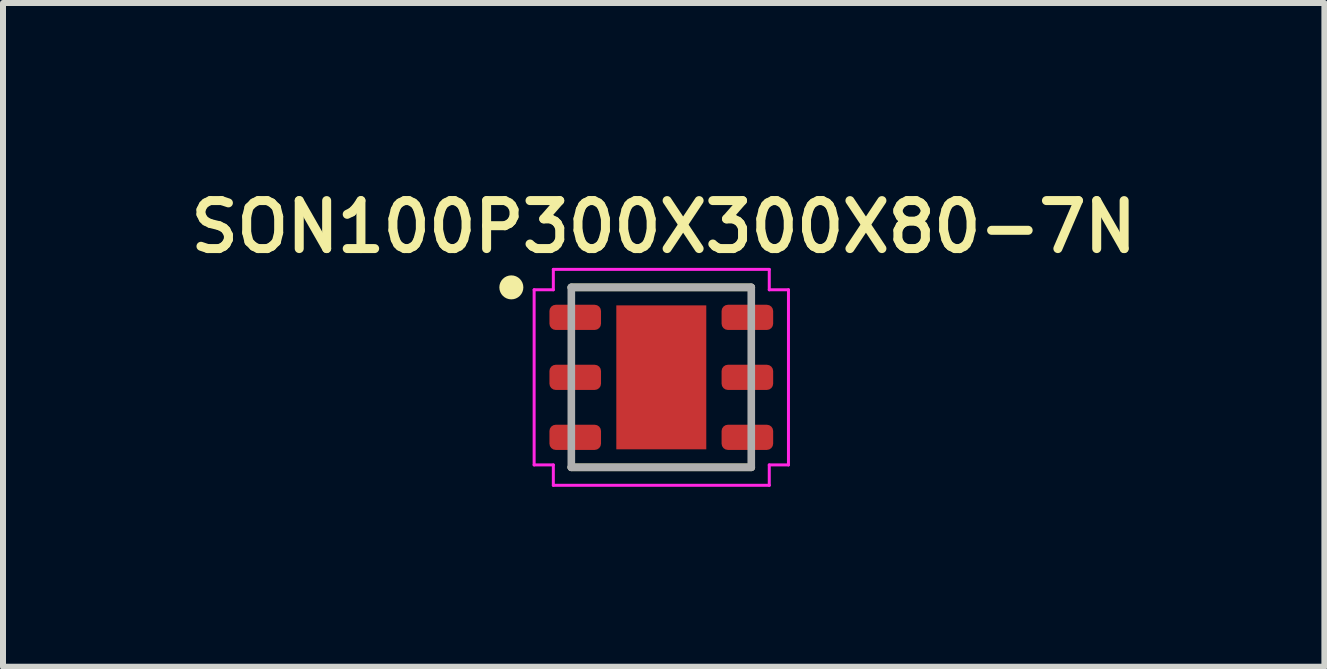
<source format=kicad_pcb>
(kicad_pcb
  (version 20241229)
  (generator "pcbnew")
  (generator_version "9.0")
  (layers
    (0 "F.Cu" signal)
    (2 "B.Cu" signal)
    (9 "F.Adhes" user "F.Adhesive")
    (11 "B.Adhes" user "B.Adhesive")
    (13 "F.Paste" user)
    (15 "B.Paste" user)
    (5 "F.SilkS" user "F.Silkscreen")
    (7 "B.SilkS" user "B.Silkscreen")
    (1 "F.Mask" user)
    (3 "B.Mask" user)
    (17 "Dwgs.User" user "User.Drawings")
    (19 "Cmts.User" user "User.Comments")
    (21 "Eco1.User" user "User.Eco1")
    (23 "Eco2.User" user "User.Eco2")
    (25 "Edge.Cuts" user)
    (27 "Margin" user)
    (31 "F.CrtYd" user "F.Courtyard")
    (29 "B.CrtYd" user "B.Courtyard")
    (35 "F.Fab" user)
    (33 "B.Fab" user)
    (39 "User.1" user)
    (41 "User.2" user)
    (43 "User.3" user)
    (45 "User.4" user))
  (footprint "SON100P300X300X80-7N"
    (layer "F.Cu")
    (at 7.975 3.241)
    (property "Reference" "SON100P300X300X80-7N" (at 0.04 -2.509 0) (layer "F.SilkS") (effects (font (size 0.8 0.8) (thickness 0.15))))
    (attr smd)
    (fp_line (start -1.5 -1.5) (end 1.5 -1.5) (stroke (width 0.127) (type solid)) (layer "F.SilkS"))
    (fp_line (start 1.5 1.5) (end -1.5 1.5) (stroke (width 0.127) (type solid)) (layer "F.SilkS"))
    (fp_circle (center -2.5 -1.5) (end -2.4 -1.5) (stroke (width 0.2) (type solid)) (fill no) (layer "F.SilkS"))
    (fp_poly (pts (xy -0.486 -1.02) (xy 0.485 -1.02) (xy 0.485 -0.09) (xy -0.486 -0.09)) (stroke (width 0.01) (type solid)) (fill yes) (layer "F.Paste"))
    (fp_poly (pts (xy -0.485 0.09) (xy 0.485 0.09) (xy 0.485 1.021) (xy -0.485 1.021)) (stroke (width 0.01) (type solid)) (fill yes) (layer "F.Paste"))
    (fp_line (start -2.12 -1.46) (end -1.8 -1.46) (stroke (width 0.05) (type solid)) (layer "F.CrtYd"))
    (fp_line (start -2.12 1.46) (end -2.12 -1.46) (stroke (width 0.05) (type solid)) (layer "F.CrtYd"))
    (fp_line (start -1.8 -1.8) (end 1.8 -1.8) (stroke (width 0.05) (type solid)) (layer "F.CrtYd"))
    (fp_line (start -1.8 -1.46) (end -1.8 -1.8) (stroke (width 0.05) (type solid)) (layer "F.CrtYd"))
    (fp_line (start -1.8 1.46) (end -2.12 1.46) (stroke (width 0.05) (type solid)) (layer "F.CrtYd"))
    (fp_line (start -1.8 1.8) (end -1.8 1.46) (stroke (width 0.05) (type solid)) (layer "F.CrtYd"))
    (fp_line (start 1.8 -1.8) (end 1.8 -1.46) (stroke (width 0.05) (type solid)) (layer "F.CrtYd"))
    (fp_line (start 1.8 -1.46) (end 2.12 -1.46) (stroke (width 0.05) (type solid)) (layer "F.CrtYd"))
    (fp_line (start 1.8 1.46) (end 1.8 1.8) (stroke (width 0.05) (type solid)) (layer "F.CrtYd"))
    (fp_line (start 1.8 1.8) (end -1.8 1.8) (stroke (width 0.05) (type solid)) (layer "F.CrtYd"))
    (fp_line (start 2.12 -1.46) (end 2.12 1.46) (stroke (width 0.05) (type solid)) (layer "F.CrtYd"))
    (fp_line (start 2.12 1.46) (end 1.8 1.46) (stroke (width 0.05) (type solid)) (layer "F.CrtYd"))
    (fp_line (start -1.5 -1.5) (end 1.5 -1.5) (stroke (width 0.127) (type solid)) (layer "F.Fab"))
    (fp_line (start -1.5 1.5) (end -1.5 -1.5) (stroke (width 0.127) (type solid)) (layer "F.Fab"))
    (fp_line (start 1.5 -1.5) (end 1.5 1.5) (stroke (width 0.127) (type solid)) (layer "F.Fab"))
    (fp_line (start 1.5 1.5) (end -1.5 1.5) (stroke (width 0.127) (type solid)) (layer "F.Fab"))
    (pad "1" smd roundrect (at -1.435 -1) (size 0.86 0.42) (layers "F.Cu" "F.Mask" "F.Paste") (roundrect_rratio 0.25))
    (pad "2" smd roundrect (at -1.435 0) (size 0.86 0.42) (layers "F.Cu" "F.Mask" "F.Paste") (roundrect_rratio 0.25))
    (pad "3" smd roundrect (at -1.435 1) (size 0.86 0.42) (layers "F.Cu" "F.Mask" "F.Paste") (roundrect_rratio 0.25))
    (pad "4" smd roundrect (at 1.435 1) (size 0.86 0.42) (layers "F.Cu" "F.Mask" "F.Paste") (roundrect_rratio 0.25))
    (pad "5" smd roundrect (at 1.435 0) (size 0.86 0.42) (layers "F.Cu" "F.Mask" "F.Paste") (roundrect_rratio 0.25))
    (pad "6" smd roundrect (at 1.435 -1) (size 0.86 0.42) (layers "F.Cu" "F.Mask" "F.Paste") (roundrect_rratio 0.25))
    (pad "7" smd rect (at 0 0) (size 1.5 2.4) (layers "F.Cu" "F.Mask")))
  (gr_rect
    (start -3 -3)
    (end 19.03 8.066)
    (stroke (width 0.1) (type default))
    (fill no)
    (layer "Edge.Cuts")))
</source>
